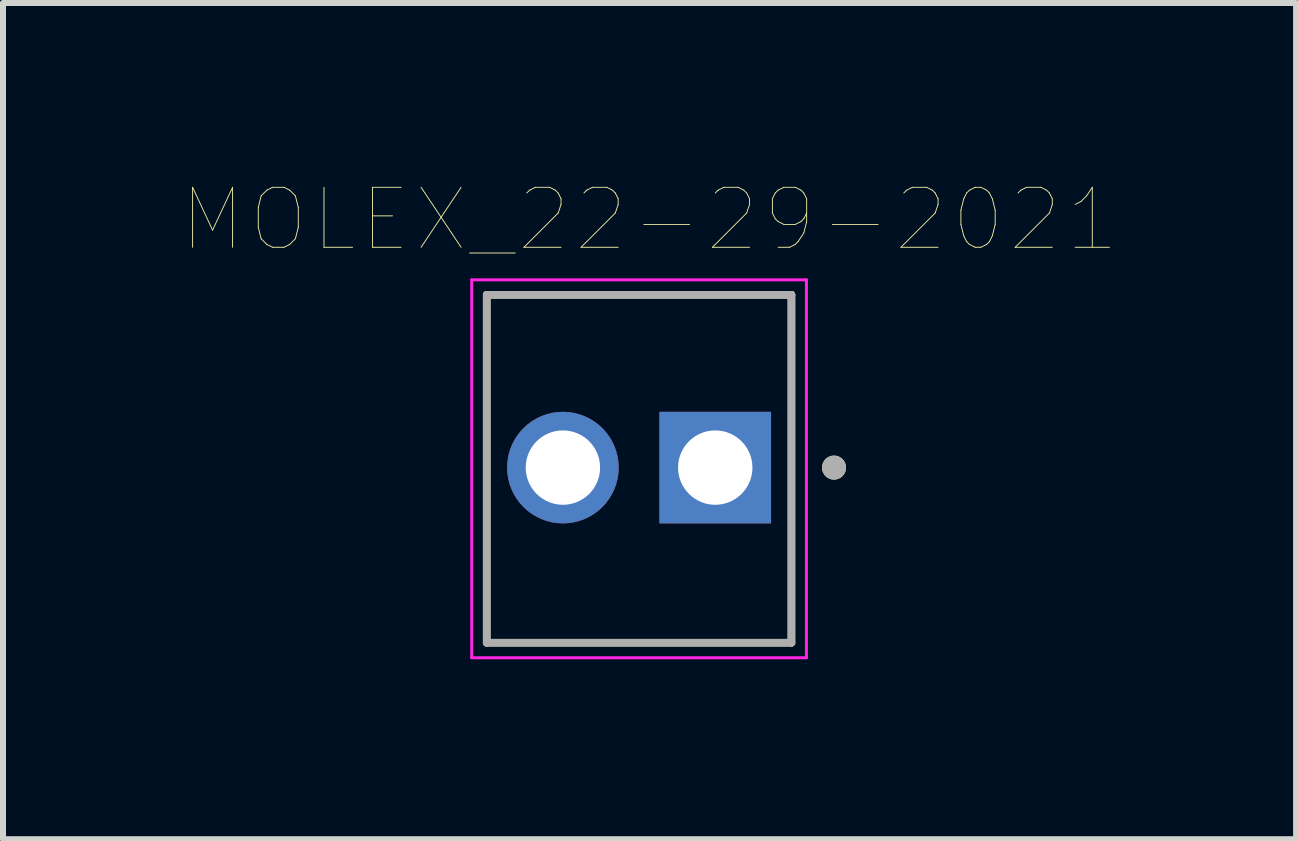
<source format=kicad_pcb>
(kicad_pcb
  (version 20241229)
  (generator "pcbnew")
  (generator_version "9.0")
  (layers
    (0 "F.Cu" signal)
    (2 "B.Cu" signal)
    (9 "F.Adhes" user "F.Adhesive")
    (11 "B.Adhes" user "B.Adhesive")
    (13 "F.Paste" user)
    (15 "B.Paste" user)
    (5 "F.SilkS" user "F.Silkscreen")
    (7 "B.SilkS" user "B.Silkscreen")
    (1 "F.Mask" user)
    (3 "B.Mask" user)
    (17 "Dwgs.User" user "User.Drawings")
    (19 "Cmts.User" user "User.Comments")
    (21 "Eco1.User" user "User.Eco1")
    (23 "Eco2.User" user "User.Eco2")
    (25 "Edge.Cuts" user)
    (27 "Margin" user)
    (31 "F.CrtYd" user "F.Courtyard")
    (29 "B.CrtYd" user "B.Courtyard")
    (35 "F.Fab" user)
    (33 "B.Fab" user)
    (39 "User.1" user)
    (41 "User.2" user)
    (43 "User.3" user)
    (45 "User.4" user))
  (footprint "MOLEX_22-29-2021"
    (layer "F.Cu")
    (at 7.605 4.746)
    (property "Reference" "MOLEX_22-29-2021" (at 0.175 -4.135 0) (layer "F.SilkS") (effects (font (size 1 1) (thickness 0.015))))
    (attr through_hole)
    (fp_line (start -2.54 -2.88) (end -2.54 2.92) (stroke (width 0.127) (type solid)) (layer "F.SilkS"))
    (fp_line (start -2.54 2.92) (end 2.54 2.92) (stroke (width 0.127) (type solid)) (layer "F.SilkS"))
    (fp_line (start 2.54 -2.88) (end -2.54 -2.88) (stroke (width 0.127) (type solid)) (layer "F.SilkS"))
    (fp_line (start 2.54 2.92) (end 2.54 -2.88) (stroke (width 0.127) (type solid)) (layer "F.SilkS"))
    (fp_circle (center 3.25 0) (end 3.35 0) (stroke (width 0.2) (type solid)) (fill no) (layer "F.SilkS"))
    (fp_line (start -2.79 -3.13) (end -2.79 3.17) (stroke (width 0.05) (type solid)) (layer "F.CrtYd"))
    (fp_line (start -2.79 3.17) (end 2.79 3.17) (stroke (width 0.05) (type solid)) (layer "F.CrtYd"))
    (fp_line (start 2.79 -3.13) (end -2.79 -3.13) (stroke (width 0.05) (type solid)) (layer "F.CrtYd"))
    (fp_line (start 2.79 3.17) (end 2.79 -3.13) (stroke (width 0.05) (type solid)) (layer "F.CrtYd"))
    (fp_line (start -2.54 -2.88) (end -2.54 2.92) (stroke (width 0.127) (type solid)) (layer "F.Fab"))
    (fp_line (start -2.54 2.92) (end 2.54 2.92) (stroke (width 0.127) (type solid)) (layer "F.Fab"))
    (fp_line (start 2.54 -2.88) (end -2.54 -2.88) (stroke (width 0.127) (type solid)) (layer "F.Fab"))
    (fp_line (start 2.54 2.92) (end 2.54 -2.88) (stroke (width 0.127) (type solid)) (layer "F.Fab"))
    (fp_circle (center 3.25 0) (end 3.35 0) (stroke (width 0.2) (type solid)) (fill no) (layer "F.Fab"))
    (pad "1" thru_hole rect (at 1.27 0) (size 1.86 1.86) (drill 1.24) (layers "*.Cu" "*.Mask"))
    (pad "2" thru_hole circle (at -1.27 0) (size 1.86 1.86) (drill 1.24) (layers "*.Cu" "*.Mask")))
  (gr_rect
    (start -3 -3)
    (end 18.559 10.941)
    (stroke (width 0.1) (type default))
    (fill no)
    (layer "Edge.Cuts")))
</source>
